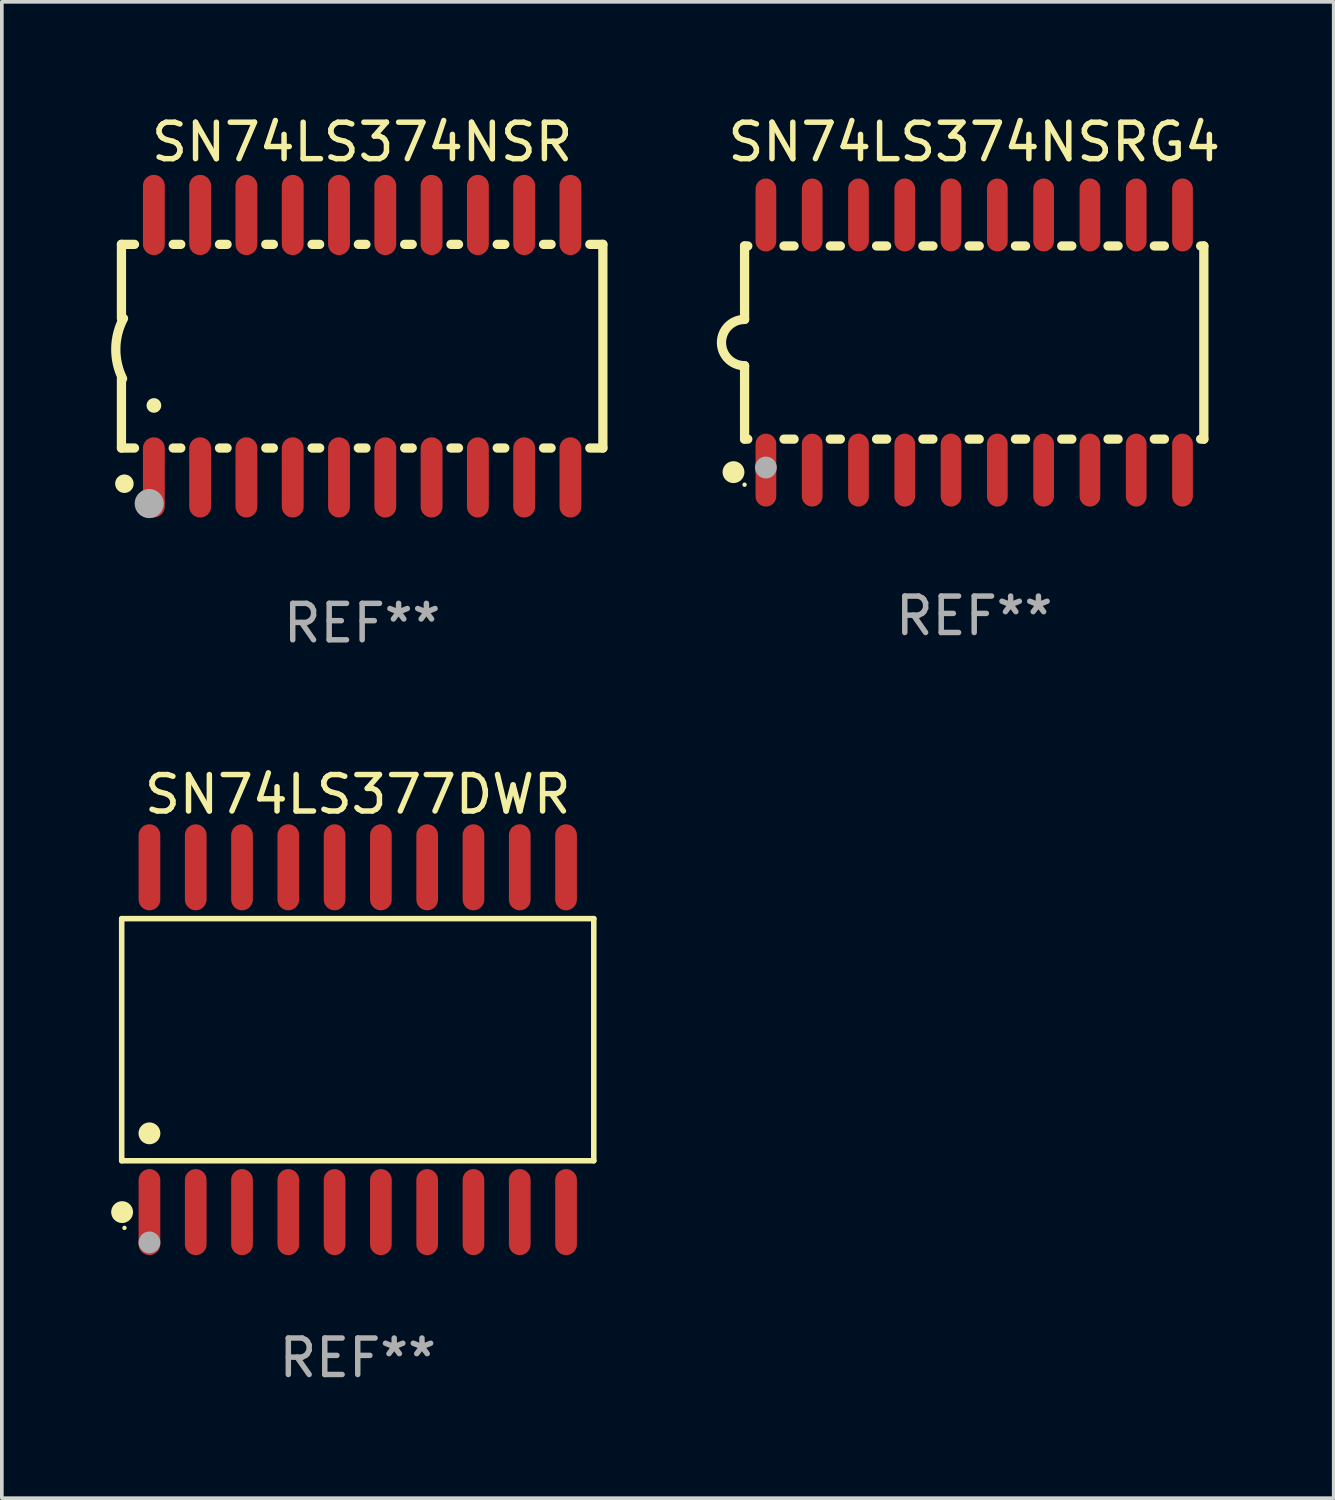
<source format=kicad_pcb>
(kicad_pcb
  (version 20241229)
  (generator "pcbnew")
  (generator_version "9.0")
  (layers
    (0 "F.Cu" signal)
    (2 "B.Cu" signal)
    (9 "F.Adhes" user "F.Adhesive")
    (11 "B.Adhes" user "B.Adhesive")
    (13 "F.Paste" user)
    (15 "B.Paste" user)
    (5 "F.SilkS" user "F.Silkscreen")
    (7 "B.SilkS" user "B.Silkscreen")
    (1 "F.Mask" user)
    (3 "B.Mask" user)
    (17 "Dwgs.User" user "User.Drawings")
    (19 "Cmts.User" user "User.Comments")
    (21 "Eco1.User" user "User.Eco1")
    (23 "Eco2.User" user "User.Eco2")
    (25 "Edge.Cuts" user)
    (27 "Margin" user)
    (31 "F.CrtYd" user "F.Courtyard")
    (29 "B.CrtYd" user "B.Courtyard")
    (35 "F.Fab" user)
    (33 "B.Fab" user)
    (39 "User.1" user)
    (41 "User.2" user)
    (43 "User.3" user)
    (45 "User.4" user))
  (footprint "SN74LS374NSR"
    (layer "F.Cu")
    (at 6.886 6.448)
    (property "Reference" "SN74LS374NSR" (at 0 -5.6 0) (layer "F.SilkS") (effects (font (size 1 1) (thickness 0.15))))
    (attr through_hole)
    (fp_line (start -6.604 -2.794) (end -6.246 -2.794) (stroke (width 0.254) (type solid)) (layer "F.SilkS"))
    (fp_line (start -6.604 -0.762) (end -6.604 -2.794) (stroke (width 0.254) (type solid)) (layer "F.SilkS"))
    (fp_line (start -6.604 2.794) (end -6.604 0.889) (stroke (width 0.254) (type solid)) (layer "F.SilkS"))
    (fp_line (start -6.246 2.794) (end -6.604 2.794) (stroke (width 0.254) (type solid)) (layer "F.SilkS"))
    (fp_line (start -5.184 -2.794) (end -4.976 -2.794) (stroke (width 0.254) (type solid)) (layer "F.SilkS"))
    (fp_line (start -4.976 2.794) (end -5.184 2.794) (stroke (width 0.254) (type solid)) (layer "F.SilkS"))
    (fp_line (start -3.914 -2.794) (end -3.706 -2.794) (stroke (width 0.254) (type solid)) (layer "F.SilkS"))
    (fp_line (start -3.706 2.794) (end -3.914 2.794) (stroke (width 0.254) (type solid)) (layer "F.SilkS"))
    (fp_line (start -2.644 -2.794) (end -2.436 -2.794) (stroke (width 0.254) (type solid)) (layer "F.SilkS"))
    (fp_line (start -2.436 2.794) (end -2.644 2.794) (stroke (width 0.254) (type solid)) (layer "F.SilkS"))
    (fp_line (start -1.374 -2.794) (end -1.166 -2.794) (stroke (width 0.254) (type solid)) (layer "F.SilkS"))
    (fp_line (start -1.166 2.794) (end -1.374 2.794) (stroke (width 0.254) (type solid)) (layer "F.SilkS"))
    (fp_line (start -0.104 -2.794) (end 0.104 -2.794) (stroke (width 0.254) (type solid)) (layer "F.SilkS"))
    (fp_line (start 0.104 2.794) (end -0.104 2.794) (stroke (width 0.254) (type solid)) (layer "F.SilkS"))
    (fp_line (start 1.166 -2.794) (end 1.374 -2.794) (stroke (width 0.254) (type solid)) (layer "F.SilkS"))
    (fp_line (start 1.374 2.794) (end 1.166 2.794) (stroke (width 0.254) (type solid)) (layer "F.SilkS"))
    (fp_line (start 2.436 -2.794) (end 2.644 -2.794) (stroke (width 0.254) (type solid)) (layer "F.SilkS"))
    (fp_line (start 2.644 2.794) (end 2.436 2.794) (stroke (width 0.254) (type solid)) (layer "F.SilkS"))
    (fp_line (start 3.706 -2.794) (end 3.914 -2.794) (stroke (width 0.254) (type solid)) (layer "F.SilkS"))
    (fp_line (start 3.914 2.794) (end 3.706 2.794) (stroke (width 0.254) (type solid)) (layer "F.SilkS"))
    (fp_line (start 4.976 -2.794) (end 5.184 -2.794) (stroke (width 0.254) (type solid)) (layer "F.SilkS"))
    (fp_line (start 5.184 2.794) (end 4.976 2.794) (stroke (width 0.254) (type solid)) (layer "F.SilkS"))
    (fp_line (start 6.246 -2.794) (end 6.604 -2.794) (stroke (width 0.254) (type solid)) (layer "F.SilkS"))
    (fp_line (start 6.604 -2.794) (end 6.604 2.794) (stroke (width 0.254) (type solid)) (layer "F.SilkS"))
    (fp_line (start 6.604 2.794) (end 6.246 2.794) (stroke (width 0.254) (type solid)) (layer "F.SilkS"))
    (fp_arc (start -6.572821 0.889028) (mid -6.759035 0.060466) (end -6.547422 -0.761976) (stroke (width 0.254001) (type solid)) (layer "F.SilkS"))
    (fp_arc (start -6.570993 3.749047) (mid -6.569723 3.749042) (end -6.568453 3.749047) (stroke (width 0.3) (type solid)) (layer "F.SilkS"))
    (fp_arc (start -5.715011 1.625603) (mid -5.713741 1.625599) (end -5.712471 1.625603) (stroke (width 0.4) (type solid)) (layer "F.SilkS"))
    (fp_circle (center -6.523 3.773) (end -6.396 3.773) (stroke (width 0.254) (type solid)) (fill no) (layer "F.SilkS"))
    (fp_circle (center -5.842 4.318) (end -5.642 4.318) (stroke (width 0.4) (type solid)) (fill no) (layer "F.Fab"))
    (fp_text user "REF**" (at 0 7.6 0) (layer "F.Fab") (effects (font (size 1 1) (thickness 0.15))))
    (pad "1" smd oval (at -5.715 3.6) (size 0.6 2.2) (layers "F.Cu" "F.Mask" "F.Paste"))
    (pad "2" smd oval (at -4.445 3.6) (size 0.6 2.2) (layers "F.Cu" "F.Mask" "F.Paste"))
    (pad "3" smd oval (at -3.175 3.6) (size 0.6 2.2) (layers "F.Cu" "F.Mask" "F.Paste"))
    (pad "4" smd oval (at -1.905 3.6) (size 0.6 2.2) (layers "F.Cu" "F.Mask" "F.Paste"))
    (pad "5" smd oval (at -0.635 3.6) (size 0.6 2.2) (layers "F.Cu" "F.Mask" "F.Paste"))
    (pad "6" smd oval (at 0.635 3.6) (size 0.6 2.2) (layers "F.Cu" "F.Mask" "F.Paste"))
    (pad "7" smd oval (at 1.905 3.6) (size 0.6 2.2) (layers "F.Cu" "F.Mask" "F.Paste"))
    (pad "8" smd oval (at 3.175 3.6) (size 0.6 2.2) (layers "F.Cu" "F.Mask" "F.Paste"))
    (pad "9" smd oval (at 4.445 3.6) (size 0.6 2.2) (layers "F.Cu" "F.Mask" "F.Paste"))
    (pad "10" smd oval (at 5.715 3.6) (size 0.6 2.2) (layers "F.Cu" "F.Mask" "F.Paste"))
    (pad "11" smd oval (at 5.715 -3.6 180) (size 0.6 2.2) (layers "F.Cu" "F.Mask" "F.Paste"))
    (pad "12" smd oval (at 4.445 -3.6 180) (size 0.6 2.2) (layers "F.Cu" "F.Mask" "F.Paste"))
    (pad "13" smd oval (at 3.175 -3.6 180) (size 0.6 2.2) (layers "F.Cu" "F.Mask" "F.Paste"))
    (pad "14" smd oval (at 1.905 -3.6 180) (size 0.6 2.2) (layers "F.Cu" "F.Mask" "F.Paste"))
    (pad "15" smd oval (at 0.635 -3.6 180) (size 0.6 2.2) (layers "F.Cu" "F.Mask" "F.Paste"))
    (pad "16" smd oval (at -0.635 -3.6 180) (size 0.6 2.2) (layers "F.Cu" "F.Mask" "F.Paste"))
    (pad "17" smd oval (at -1.905 -3.6 180) (size 0.6 2.2) (layers "F.Cu" "F.Mask" "F.Paste"))
    (pad "18" smd oval (at -3.175 -3.6 180) (size 0.6 2.2) (layers "F.Cu" "F.Mask" "F.Paste"))
    (pad "19" smd oval (at -4.445 -3.6 180) (size 0.6 2.2) (layers "F.Cu" "F.Mask" "F.Paste"))
    (pad "20" smd oval (at -5.715 -3.6 180) (size 0.6 2.2) (layers "F.Cu" "F.Mask" "F.Paste")))
  (footprint "SN74LS374NSRG4"
    (layer "F.Cu")
    (at 23.678 6.348)
    (property "Reference" "SN74LS374NSRG4" (at 0 -5.5 0) (layer "F.SilkS") (effects (font (size 1 1) (thickness 0.15))))
    (attr through_hole)
    (fp_line (start -6.3 -2.65) (end -6.3 -0.635) (stroke (width 0.254) (type solid)) (layer "F.SilkS"))
    (fp_line (start -6.3 -2.65) (end -6.212 -2.65) (stroke (width 0.254) (type solid)) (layer "F.SilkS"))
    (fp_line (start -6.3 2.65) (end -6.3 0.635) (stroke (width 0.254) (type solid)) (layer "F.SilkS"))
    (fp_line (start -6.3 2.65) (end -6.212 2.65) (stroke (width 0.254) (type solid)) (layer "F.SilkS"))
    (fp_line (start -5.218 -2.65) (end -4.942 -2.65) (stroke (width 0.254) (type solid)) (layer "F.SilkS"))
    (fp_line (start -5.218 2.65) (end -4.942 2.65) (stroke (width 0.254) (type solid)) (layer "F.SilkS"))
    (fp_line (start -3.948 -2.65) (end -3.672 -2.65) (stroke (width 0.254) (type solid)) (layer "F.SilkS"))
    (fp_line (start -3.948 2.65) (end -3.672 2.65) (stroke (width 0.254) (type solid)) (layer "F.SilkS"))
    (fp_line (start -2.678 -2.65) (end -2.402 -2.65) (stroke (width 0.254) (type solid)) (layer "F.SilkS"))
    (fp_line (start -2.678 2.65) (end -2.402 2.65) (stroke (width 0.254) (type solid)) (layer "F.SilkS"))
    (fp_line (start -1.408 -2.65) (end -1.132 -2.65) (stroke (width 0.254) (type solid)) (layer "F.SilkS"))
    (fp_line (start -1.408 2.65) (end -1.132 2.65) (stroke (width 0.254) (type solid)) (layer "F.SilkS"))
    (fp_line (start -0.138 -2.65) (end 0.138 -2.65) (stroke (width 0.254) (type solid)) (layer "F.SilkS"))
    (fp_line (start -0.138 2.65) (end 0.138 2.65) (stroke (width 0.254) (type solid)) (layer "F.SilkS"))
    (fp_line (start 1.132 -2.65) (end 1.408 -2.65) (stroke (width 0.254) (type solid)) (layer "F.SilkS"))
    (fp_line (start 1.132 2.65) (end 1.408 2.65) (stroke (width 0.254) (type solid)) (layer "F.SilkS"))
    (fp_line (start 2.402 -2.65) (end 2.678 -2.65) (stroke (width 0.254) (type solid)) (layer "F.SilkS"))
    (fp_line (start 2.402 2.65) (end 2.678 2.65) (stroke (width 0.254) (type solid)) (layer "F.SilkS"))
    (fp_line (start 3.672 -2.65) (end 3.948 -2.65) (stroke (width 0.254) (type solid)) (layer "F.SilkS"))
    (fp_line (start 3.672 2.65) (end 3.948 2.65) (stroke (width 0.254) (type solid)) (layer "F.SilkS"))
    (fp_line (start 4.942 -2.65) (end 5.218 -2.65) (stroke (width 0.254) (type solid)) (layer "F.SilkS"))
    (fp_line (start 4.942 2.65) (end 5.218 2.65) (stroke (width 0.254) (type solid)) (layer "F.SilkS"))
    (fp_line (start 6.212 -2.65) (end 6.3 -2.65) (stroke (width 0.254) (type solid)) (layer "F.SilkS"))
    (fp_line (start 6.212 2.65) (end 6.3 2.65) (stroke (width 0.254) (type solid)) (layer "F.SilkS"))
    (fp_line (start 6.3 -2.65) (end 6.3 2.65) (stroke (width 0.254) (type solid)) (layer "F.SilkS"))
    (fp_arc (start -6.299975 0.634874) (mid -6.933579 0.000127) (end -6.299213 -0.633858) (stroke (width 0.254001) (type solid)) (layer "F.SilkS"))
    (fp_circle (center -6.604 3.556) (end -6.454 3.556) (stroke (width 0.3) (type solid)) (fill no) (layer "F.SilkS"))
    (fp_circle (center -6.3 3.9) (end -6.27 3.9) (stroke (width 0.06) (type solid)) (fill no) (layer "F.SilkS"))
    (fp_circle (center -5.715 3.429) (end -5.565 3.429) (stroke (width 0.3) (type solid)) (fill no) (layer "F.Fab"))
    (fp_text user "REF**" (at 0 7.5 0) (layer "F.Fab") (effects (font (size 1 1) (thickness 0.15))))
    (pad "1" smd oval (at -5.715 3.5) (size 0.568 2) (layers "F.Cu" "F.Mask" "F.Paste"))
    (pad "2" smd oval (at -4.445 3.5) (size 0.568 2) (layers "F.Cu" "F.Mask" "F.Paste"))
    (pad "3" smd oval (at -3.175 3.5) (size 0.568 2) (layers "F.Cu" "F.Mask" "F.Paste"))
    (pad "4" smd oval (at -1.905 3.5) (size 0.568 2) (layers "F.Cu" "F.Mask" "F.Paste"))
    (pad "5" smd oval (at -0.635 3.5) (size 0.568 2) (layers "F.Cu" "F.Mask" "F.Paste"))
    (pad "6" smd oval (at 0.635 3.5) (size 0.568 2) (layers "F.Cu" "F.Mask" "F.Paste"))
    (pad "7" smd oval (at 1.905 3.5) (size 0.568 2) (layers "F.Cu" "F.Mask" "F.Paste"))
    (pad "8" smd oval (at 3.175 3.5) (size 0.568 2) (layers "F.Cu" "F.Mask" "F.Paste"))
    (pad "9" smd oval (at 4.445 3.5) (size 0.568 2) (layers "F.Cu" "F.Mask" "F.Paste"))
    (pad "10" smd oval (at 5.715 3.5) (size 0.568 2) (layers "F.Cu" "F.Mask" "F.Paste"))
    (pad "11" smd oval (at 5.715 -3.5) (size 0.568 2) (layers "F.Cu" "F.Mask" "F.Paste"))
    (pad "12" smd oval (at 4.445 -3.5) (size 0.568 2) (layers "F.Cu" "F.Mask" "F.Paste"))
    (pad "13" smd oval (at 3.175 -3.5) (size 0.568 2) (layers "F.Cu" "F.Mask" "F.Paste"))
    (pad "14" smd oval (at 1.905 -3.5) (size 0.568 2) (layers "F.Cu" "F.Mask" "F.Paste"))
    (pad "15" smd oval (at 0.635 -3.5) (size 0.568 2) (layers "F.Cu" "F.Mask" "F.Paste"))
    (pad "16" smd oval (at -0.635 -3.5) (size 0.568 2) (layers "F.Cu" "F.Mask" "F.Paste"))
    (pad "17" smd oval (at -1.905 -3.5) (size 0.568 2) (layers "F.Cu" "F.Mask" "F.Paste"))
    (pad "18" smd oval (at -3.175 -3.5) (size 0.568 2) (layers "F.Cu" "F.Mask" "F.Paste"))
    (pad "19" smd oval (at -4.445 -3.5) (size 0.568 2) (layers "F.Cu" "F.Mask" "F.Paste"))
    (pad "20" smd oval (at -5.715 -3.5) (size 0.568 2) (layers "F.Cu" "F.Mask" "F.Paste")))
  (footprint "SN74LS377DWR"
    (layer "F.Cu")
    (at 6.765 25.475)
    (property "Reference" "SN74LS377DWR" (at 0 -6.73 0) (layer "F.SilkS") (effects (font (size 1 1) (thickness 0.15))))
    (attr through_hole)
    (fp_line (start -6.476 -3.321) (end 6.476 -3.321) (stroke (width 0.152) (type solid)) (layer "F.SilkS"))
    (fp_line (start -6.476 3.321) (end -6.476 -3.321) (stroke (width 0.152) (type solid)) (layer "F.SilkS"))
    (fp_line (start 6.476 -3.321) (end 6.476 3.321) (stroke (width 0.152) (type solid)) (layer "F.SilkS"))
    (fp_line (start 6.476 3.321) (end -6.476 3.321) (stroke (width 0.152) (type solid)) (layer "F.SilkS"))
    (fp_circle (center -6.465 4.73) (end -6.315 4.73) (stroke (width 0.3) (type solid)) (fill no) (layer "F.SilkS"))
    (fp_circle (center -6.4 5.163) (end -6.37 5.163) (stroke (width 0.06) (type solid)) (fill no) (layer "F.SilkS"))
    (fp_circle (center -5.715 2.569) (end -5.565 2.569) (stroke (width 0.3) (type solid)) (fill no) (layer "F.SilkS"))
    (fp_circle (center -5.715 5.563) (end -5.565 5.563) (stroke (width 0.3) (type solid)) (fill no) (layer "F.Fab"))
    (fp_text user "REF**" (at 0 8.73 0) (layer "F.Fab") (effects (font (size 1 1) (thickness 0.15))))
    (pad "1" smd oval (at -5.715 4.73) (size 0.595 2.36) (layers "F.Cu" "F.Mask" "F.Paste"))
    (pad "2" smd oval (at -4.445 4.73) (size 0.595 2.36) (layers "F.Cu" "F.Mask" "F.Paste"))
    (pad "3" smd oval (at -3.175 4.73) (size 0.595 2.36) (layers "F.Cu" "F.Mask" "F.Paste"))
    (pad "4" smd oval (at -1.905 4.73) (size 0.595 2.36) (layers "F.Cu" "F.Mask" "F.Paste"))
    (pad "5" smd oval (at -0.635 4.73) (size 0.595 2.36) (layers "F.Cu" "F.Mask" "F.Paste"))
    (pad "6" smd oval (at 0.635 4.73) (size 0.595 2.36) (layers "F.Cu" "F.Mask" "F.Paste"))
    (pad "7" smd oval (at 1.905 4.73) (size 0.595 2.36) (layers "F.Cu" "F.Mask" "F.Paste"))
    (pad "8" smd oval (at 3.175 4.73) (size 0.595 2.36) (layers "F.Cu" "F.Mask" "F.Paste"))
    (pad "9" smd oval (at 4.445 4.73) (size 0.595 2.36) (layers "F.Cu" "F.Mask" "F.Paste"))
    (pad "10" smd oval (at 5.715 4.73) (size 0.595 2.36) (layers "F.Cu" "F.Mask" "F.Paste"))
    (pad "11" smd oval (at 5.715 -4.73) (size 0.595 2.36) (layers "F.Cu" "F.Mask" "F.Paste"))
    (pad "12" smd oval (at 4.445 -4.73) (size 0.595 2.36) (layers "F.Cu" "F.Mask" "F.Paste"))
    (pad "13" smd oval (at 3.175 -4.73) (size 0.595 2.36) (layers "F.Cu" "F.Mask" "F.Paste"))
    (pad "14" smd oval (at 1.905 -4.73) (size 0.595 2.36) (layers "F.Cu" "F.Mask" "F.Paste"))
    (pad "15" smd oval (at 0.635 -4.73) (size 0.595 2.36) (layers "F.Cu" "F.Mask" "F.Paste"))
    (pad "16" smd oval (at -0.635 -4.73) (size 0.595 2.36) (layers "F.Cu" "F.Mask" "F.Paste"))
    (pad "17" smd oval (at -1.905 -4.73) (size 0.595 2.36) (layers "F.Cu" "F.Mask" "F.Paste"))
    (pad "18" smd oval (at -3.175 -4.73) (size 0.595 2.36) (layers "F.Cu" "F.Mask" "F.Paste"))
    (pad "19" smd oval (at -4.445 -4.73) (size 0.595 2.36) (layers "F.Cu" "F.Mask" "F.Paste"))
    (pad "20" smd oval (at -5.715 -4.73) (size 0.595 2.36) (layers "F.Cu" "F.Mask" "F.Paste")))
  (gr_rect
    (start -3 -3)
    (end 33.541 38.053)
    (stroke (width 0.1) (type default))
    (fill no)
    (layer "Edge.Cuts")))
</source>
